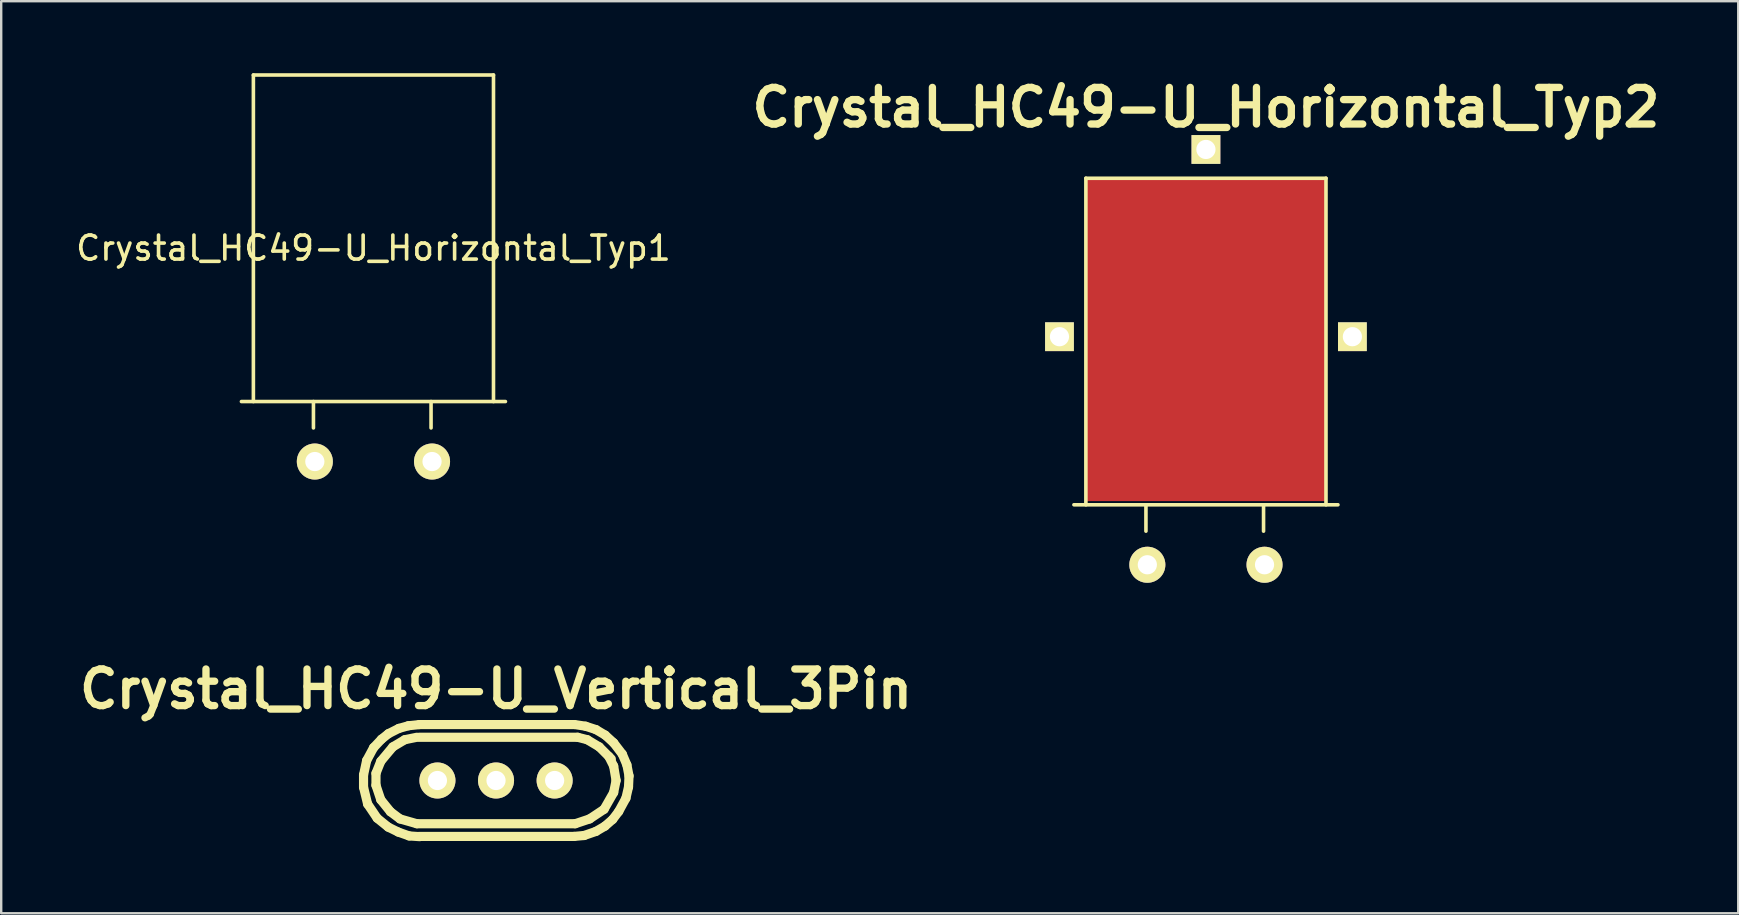
<source format=kicad_pcb>
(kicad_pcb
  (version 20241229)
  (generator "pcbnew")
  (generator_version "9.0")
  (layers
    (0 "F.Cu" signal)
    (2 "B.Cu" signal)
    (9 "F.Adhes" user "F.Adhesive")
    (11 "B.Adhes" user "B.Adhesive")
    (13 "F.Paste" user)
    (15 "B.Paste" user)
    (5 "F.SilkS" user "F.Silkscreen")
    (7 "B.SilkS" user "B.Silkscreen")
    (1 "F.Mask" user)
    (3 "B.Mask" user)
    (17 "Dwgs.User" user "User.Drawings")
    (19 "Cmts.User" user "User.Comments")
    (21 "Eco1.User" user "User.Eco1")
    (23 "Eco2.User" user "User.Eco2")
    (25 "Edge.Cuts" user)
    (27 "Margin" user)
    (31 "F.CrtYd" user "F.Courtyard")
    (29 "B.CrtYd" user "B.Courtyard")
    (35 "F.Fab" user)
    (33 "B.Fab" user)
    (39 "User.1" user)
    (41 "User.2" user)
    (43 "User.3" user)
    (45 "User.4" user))
  (footprint "Crystal_HC49-U_Vertical_3Pin"
    (layer "F.Cu")
    (at 17.613 29.463)
    (property "Reference" "Crystal_HC49-U_Vertical_3Pin" (at 0 -3.81 0) (layer "F.SilkS") (effects (font (size 1.524 1.524) (thickness 0.305))))
    (attr through_hole)
    (fp_line (start -5.519 -0.231) (end -5.519 0.279) (stroke (width 0.381) (type solid)) (layer "F.SilkS"))
    (fp_line (start -5.519 0.279) (end -5.349 0.98) (stroke (width 0.381) (type solid)) (layer "F.SilkS"))
    (fp_line (start -5.39 -0.831) (end -5.519 -0.231) (stroke (width 0.381) (type solid)) (layer "F.SilkS"))
    (fp_line (start -5.349 0.98) (end -4.95 1.57) (stroke (width 0.381) (type solid)) (layer "F.SilkS"))
    (fp_line (start -5.1 -1.369) (end -5.39 -0.831) (stroke (width 0.381) (type solid)) (layer "F.SilkS"))
    (fp_line (start -5.001 -0.3) (end -4.801 -0.8) (stroke (width 0.381) (type solid)) (layer "F.SilkS"))
    (fp_line (start -5.001 0.201) (end -5.001 -0.3) (stroke (width 0.381) (type solid)) (layer "F.SilkS"))
    (fp_line (start -4.95 1.57) (end -4.491 1.941) (stroke (width 0.381) (type solid)) (layer "F.SilkS"))
    (fp_line (start -4.801 -0.8) (end -4.3 -1.4) (stroke (width 0.381) (type solid)) (layer "F.SilkS"))
    (fp_line (start -4.801 0.8) (end -5.001 0.201) (stroke (width 0.381) (type solid)) (layer "F.SilkS"))
    (fp_line (start -4.77 -1.72) (end -5.1 -1.369) (stroke (width 0.381) (type solid)) (layer "F.SilkS"))
    (fp_line (start -4.491 1.941) (end -4.069 2.149) (stroke (width 0.381) (type solid)) (layer "F.SilkS"))
    (fp_line (start -4.481 -1.951) (end -4.77 -1.72) (stroke (width 0.381) (type solid)) (layer "F.SilkS"))
    (fp_line (start -4.399 1.3) (end -4.801 0.8) (stroke (width 0.381) (type solid)) (layer "F.SilkS"))
    (fp_line (start -4.3 -1.4) (end -3.8 -1.699) (stroke (width 0.381) (type solid)) (layer "F.SilkS"))
    (fp_line (start -4.069 2.149) (end -3.619 2.309) (stroke (width 0.381) (type solid)) (layer "F.SilkS"))
    (fp_line (start -4.049 -2.169) (end -4.481 -1.951) (stroke (width 0.381) (type solid)) (layer "F.SilkS"))
    (fp_line (start -4 1.6) (end -4.399 1.3) (stroke (width 0.381) (type solid)) (layer "F.SilkS"))
    (fp_line (start -3.8 -1.699) (end -3.299 -1.801) (stroke (width 0.381) (type solid)) (layer "F.SilkS"))
    (fp_line (start -3.65 -2.281) (end -4.049 -2.169) (stroke (width 0.381) (type solid)) (layer "F.SilkS"))
    (fp_line (start -3.619 2.309) (end -3.18 2.339) (stroke (width 0.381) (type solid)) (layer "F.SilkS"))
    (fp_line (start -3.299 1.801) (end -4 1.6) (stroke (width 0.381) (type solid)) (layer "F.SilkS"))
    (fp_line (start -3.2 -2.329) (end 3.251 -2.329) (stroke (width 0.381) (type solid)) (layer "F.SilkS"))
    (fp_line (start -3.2 -1.801) (end 3.401 -1.801) (stroke (width 0.381) (type solid)) (layer "F.SilkS"))
    (fp_line (start -3.2 2.329) (end 3.251 2.329) (stroke (width 0.381) (type solid)) (layer "F.SilkS"))
    (fp_line (start -3.19 -2.329) (end -3.65 -2.281) (stroke (width 0.381) (type solid)) (layer "F.SilkS"))
    (fp_line (start 3.251 2.329) (end 3.67 2.291) (stroke (width 0.381) (type solid)) (layer "F.SilkS"))
    (fp_line (start 3.299 1.801) (end -3.299 1.801) (stroke (width 0.381) (type solid)) (layer "F.SilkS"))
    (fp_line (start 3.401 -1.801) (end 3.8 -1.699) (stroke (width 0.381) (type solid)) (layer "F.SilkS"))
    (fp_line (start 3.67 2.291) (end 4.161 2.121) (stroke (width 0.381) (type solid)) (layer "F.SilkS"))
    (fp_line (start 3.731 -2.261) (end 3.289 -2.329) (stroke (width 0.381) (type solid)) (layer "F.SilkS"))
    (fp_line (start 3.8 -1.699) (end 4.3 -1.4) (stroke (width 0.381) (type solid)) (layer "F.SilkS"))
    (fp_line (start 3.899 1.6) (end 3.299 1.801) (stroke (width 0.381) (type solid)) (layer "F.SilkS"))
    (fp_line (start 4.161 -2.121) (end 3.731 -2.261) (stroke (width 0.381) (type solid)) (layer "F.SilkS"))
    (fp_line (start 4.161 2.121) (end 4.539 1.9) (stroke (width 0.381) (type solid)) (layer "F.SilkS"))
    (fp_line (start 4.3 -1.4) (end 4.801 -0.899) (stroke (width 0.381) (type solid)) (layer "F.SilkS"))
    (fp_line (start 4.501 1.199) (end 3.899 1.6) (stroke (width 0.381) (type solid)) (layer "F.SilkS"))
    (fp_line (start 4.539 1.9) (end 4.859 1.621) (stroke (width 0.381) (type solid)) (layer "F.SilkS"))
    (fp_line (start 4.549 -1.89) (end 4.161 -2.121) (stroke (width 0.381) (type solid)) (layer "F.SilkS"))
    (fp_line (start 4.699 -1.001) (end 4.9 -0.599) (stroke (width 0.381) (type solid)) (layer "F.SilkS"))
    (fp_line (start 4.859 1.621) (end 5.11 1.29) (stroke (width 0.381) (type solid)) (layer "F.SilkS"))
    (fp_line (start 4.9 -1.57) (end 4.549 -1.89) (stroke (width 0.381) (type solid)) (layer "F.SilkS"))
    (fp_line (start 4.9 -0.599) (end 5.001 0) (stroke (width 0.381) (type solid)) (layer "F.SilkS"))
    (fp_line (start 4.9 0.5) (end 4.501 1.199) (stroke (width 0.381) (type solid)) (layer "F.SilkS"))
    (fp_line (start 5.001 0) (end 4.9 0.5) (stroke (width 0.381) (type solid)) (layer "F.SilkS"))
    (fp_line (start 5.11 1.29) (end 5.41 0.739) (stroke (width 0.381) (type solid)) (layer "F.SilkS"))
    (fp_line (start 5.26 -1.1) (end 4.9 -1.57) (stroke (width 0.381) (type solid)) (layer "F.SilkS"))
    (fp_line (start 5.41 0.739) (end 5.519 0.269) (stroke (width 0.381) (type solid)) (layer "F.SilkS"))
    (fp_line (start 5.451 -0.65) (end 5.26 -1.1) (stroke (width 0.381) (type solid)) (layer "F.SilkS"))
    (fp_line (start 5.519 0.269) (end 5.54 -0.191) (stroke (width 0.381) (type solid)) (layer "F.SilkS"))
    (fp_line (start 5.54 -0.191) (end 5.451 -0.65) (stroke (width 0.381) (type solid)) (layer "F.SilkS"))
    (pad "1" thru_hole circle (at -2.441 0) (size 1.501 1.501) (drill 0.8) (layers "*.Cu" "*.Mask" "F.SilkS"))
    (pad "2" thru_hole circle (at 2.441 0) (size 1.501 1.501) (drill 0.8) (layers "*.Cu" "*.Mask" "F.SilkS"))
    (pad "3" thru_hole circle (at 0 0) (size 1.501 1.501) (drill 0.8) (layers "*.Cu" "*.Mask" "F.SilkS")))
  (footprint "Crystal_HC49-U_Horizontal_Typ2"
    (layer "F.Cu")
    (at 47.185 20.476)
    (property "Reference" "Crystal_HC49-U_Horizontal_Typ2" (at 0 -19.05 0) (layer "F.SilkS") (effects (font (size 1.524 1.524) (thickness 0.305))))
    (attr through_hole)
    (fp_line (start -5.499 -2.499) (end 5.499 -2.499) (stroke (width 0.15) (type solid)) (layer "F.SilkS"))
    (fp_line (start -5.001 -16.101) (end 5.001 -16.101) (stroke (width 0.15) (type solid)) (layer "F.SilkS"))
    (fp_line (start -5.001 -2.499) (end -5.001 -16.101) (stroke (width 0.15) (type solid)) (layer "F.SilkS"))
    (fp_line (start -2.499 -1.4) (end -2.499 -2.499) (stroke (width 0.15) (type solid)) (layer "F.SilkS"))
    (fp_line (start 2.4 -1.4) (end 2.4 -2.499) (stroke (width 0.15) (type solid)) (layer "F.SilkS"))
    (fp_line (start 5.001 -16.101) (end 5.001 -2.499) (stroke (width 0.15) (type solid)) (layer "F.SilkS"))
    (pad "1" thru_hole circle (at -2.441 0) (size 1.501 1.501) (drill 0.8) (layers "*.Cu" "*.Mask" "F.SilkS"))
    (pad "2" thru_hole circle (at 2.441 0) (size 1.501 1.501) (drill 0.8) (layers "*.Cu" "*.Mask" "F.SilkS"))
    (pad "3" thru_hole rect (at -6.101 -9.5) (size 1.199 1.199) (drill 0.8) (layers "*.Cu" "*.Mask" "F.SilkS"))
    (pad "3" thru_hole rect (at 0 -17.3) (size 1.199 1.199) (drill 0.8) (layers "*.Cu" "*.Mask" "F.SilkS"))
    (pad "3" smd rect (at 0 -9.401) (size 10 13.5) (layers "F.Cu" "F.Mask" "F.Paste"))
    (pad "3" thru_hole rect (at 6.101 -9.5) (size 1.199 1.199) (drill 0.8) (layers "*.Cu" "*.Mask" "F.SilkS")))
  (footprint "Crystal_HC49-U_Horizontal_Typ1"
    (layer "F.Cu")
    (at 9.966 16.176)
    (property "Reference" "Crystal_HC49-U_Horizontal_Typ1" (at 2.54 -8.89 0) (layer "F.SilkS") (effects (font (size 1 1) (thickness 0.15))))
    (attr through_hole)
    (fp_line (start -2.959 -2.499) (end 8.039 -2.499) (stroke (width 0.15) (type solid)) (layer "F.SilkS"))
    (fp_line (start -2.461 -16.101) (end 7.541 -16.101) (stroke (width 0.15) (type solid)) (layer "F.SilkS"))
    (fp_line (start -2.461 -2.499) (end -2.461 -16.101) (stroke (width 0.15) (type solid)) (layer "F.SilkS"))
    (fp_line (start 0.041 -1.4) (end 0.041 -2.499) (stroke (width 0.15) (type solid)) (layer "F.SilkS"))
    (fp_line (start 4.94 -1.4) (end 4.94 -2.499) (stroke (width 0.15) (type solid)) (layer "F.SilkS"))
    (fp_line (start 7.541 -16.101) (end 7.541 -2.499) (stroke (width 0.15) (type solid)) (layer "F.SilkS"))
    (pad "1" thru_hole circle (at 0.099 0) (size 1.501 1.501) (drill 0.8) (layers "*.Cu" "*.Mask" "F.SilkS"))
    (pad "2" thru_hole circle (at 4.981 0) (size 1.501 1.501) (drill 0.8) (layers "*.Cu" "*.Mask" "F.SilkS")))
  (gr_rect
    (start -3 -3)
    (end 69.359 34.993)
    (stroke (width 0.1) (type default))
    (fill no)
    (layer "Edge.Cuts")))
</source>
